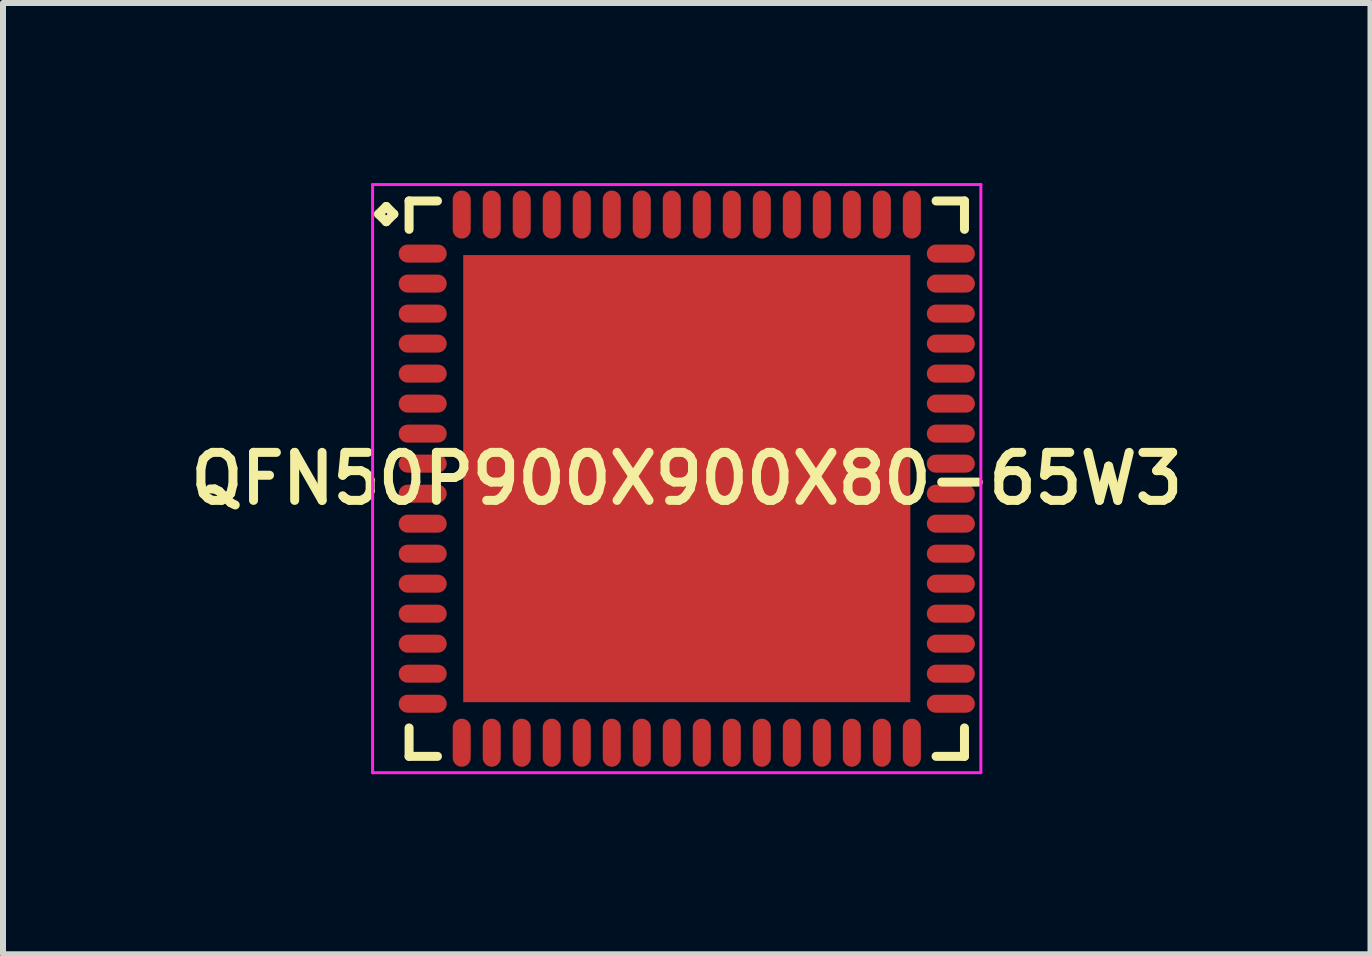
<source format=kicad_pcb>
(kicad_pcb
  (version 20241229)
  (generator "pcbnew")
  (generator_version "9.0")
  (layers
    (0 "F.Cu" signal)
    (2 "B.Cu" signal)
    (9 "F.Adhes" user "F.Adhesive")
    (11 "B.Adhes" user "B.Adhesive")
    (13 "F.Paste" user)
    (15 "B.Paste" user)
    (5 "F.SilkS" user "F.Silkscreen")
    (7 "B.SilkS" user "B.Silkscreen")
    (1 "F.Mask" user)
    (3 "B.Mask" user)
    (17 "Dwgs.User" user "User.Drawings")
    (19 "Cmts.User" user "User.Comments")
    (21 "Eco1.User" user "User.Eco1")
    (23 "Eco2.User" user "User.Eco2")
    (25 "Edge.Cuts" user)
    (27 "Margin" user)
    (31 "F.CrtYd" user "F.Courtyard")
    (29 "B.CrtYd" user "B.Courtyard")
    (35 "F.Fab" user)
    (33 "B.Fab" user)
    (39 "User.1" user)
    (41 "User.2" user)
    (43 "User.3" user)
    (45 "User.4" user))
  (footprint "QFN50P900X900X80-65W3"
    (layer "F.Cu")
    (at 8.393 4.925)
    (property "Reference" "QFN50P900X900X80-65W3" (at 0 0 0) (layer "F.SilkS") (effects (font (size 0.8 0.8) (thickness 0.15))))
    (attr smd)
    (fp_line (start -5.135 -4.408) (end -5.008 -4.535) (stroke (width 0.15) (type solid)) (layer "F.SilkS"))
    (fp_line (start -5.008 -4.535) (end -4.881 -4.408) (stroke (width 0.15) (type solid)) (layer "F.SilkS"))
    (fp_line (start -5.008 -4.281) (end -5.135 -4.408) (stroke (width 0.15) (type solid)) (layer "F.SilkS"))
    (fp_line (start -4.881 -4.408) (end -5.008 -4.281) (stroke (width 0.15) (type solid)) (layer "F.SilkS"))
    (fp_line (start -4.627 -4.627) (end -4.154 -4.627) (stroke (width 0.15) (type solid)) (layer "F.SilkS"))
    (fp_line (start -4.627 -4.154) (end -4.627 -4.627) (stroke (width 0.15) (type solid)) (layer "F.SilkS"))
    (fp_line (start -4.627 4.154) (end -4.627 4.627) (stroke (width 0.15) (type solid)) (layer "F.SilkS"))
    (fp_line (start -4.627 4.627) (end -4.154 4.627) (stroke (width 0.15) (type solid)) (layer "F.SilkS"))
    (fp_line (start 4.154 -4.627) (end 4.627 -4.627) (stroke (width 0.15) (type solid)) (layer "F.SilkS"))
    (fp_line (start 4.154 4.627) (end 4.627 4.627) (stroke (width 0.15) (type solid)) (layer "F.SilkS"))
    (fp_line (start 4.627 -4.627) (end 4.627 -4.154) (stroke (width 0.15) (type solid)) (layer "F.SilkS"))
    (fp_line (start 4.627 4.627) (end 4.627 4.154) (stroke (width 0.15) (type solid)) (layer "F.SilkS"))
    (fp_line (start -5.235 -4.9) (end 4.9 -4.9) (stroke (width 0.05) (type solid)) (layer "F.CrtYd"))
    (fp_line (start -5.235 4.9) (end -5.235 -4.9) (stroke (width 0.05) (type solid)) (layer "F.CrtYd"))
    (fp_line (start 4.9 -4.9) (end 4.9 4.9) (stroke (width 0.05) (type solid)) (layer "F.CrtYd"))
    (fp_line (start 4.9 4.9) (end -5.235 4.9) (stroke (width 0.05) (type solid)) (layer "F.CrtYd"))
    (pad "1" smd oval (at -4.4 -3.75) (size 0.8 0.3) (layers "F.Cu" "F.Mask" "F.Paste"))
    (pad "2" smd oval (at -4.4 -3.25) (size 0.8 0.3) (layers "F.Cu" "F.Mask" "F.Paste"))
    (pad "3" smd oval (at -4.4 -2.75) (size 0.8 0.3) (layers "F.Cu" "F.Mask" "F.Paste"))
    (pad "4" smd oval (at -4.4 -2.25) (size 0.8 0.3) (layers "F.Cu" "F.Mask" "F.Paste"))
    (pad "5" smd oval (at -4.4 -1.75) (size 0.8 0.3) (layers "F.Cu" "F.Mask" "F.Paste"))
    (pad "6" smd oval (at -4.4 -1.25) (size 0.8 0.3) (layers "F.Cu" "F.Mask" "F.Paste"))
    (pad "7" smd oval (at -4.4 -0.75) (size 0.8 0.3) (layers "F.Cu" "F.Mask" "F.Paste"))
    (pad "8" smd oval (at -4.4 -0.25) (size 0.8 0.3) (layers "F.Cu" "F.Mask" "F.Paste"))
    (pad "9" smd oval (at -4.4 0.25) (size 0.8 0.3) (layers "F.Cu" "F.Mask" "F.Paste"))
    (pad "10" smd oval (at -4.4 0.75) (size 0.8 0.3) (layers "F.Cu" "F.Mask" "F.Paste"))
    (pad "11" smd oval (at -4.4 1.25) (size 0.8 0.3) (layers "F.Cu" "F.Mask" "F.Paste"))
    (pad "12" smd oval (at -4.4 1.75) (size 0.8 0.3) (layers "F.Cu" "F.Mask" "F.Paste"))
    (pad "13" smd oval (at -4.4 2.25) (size 0.8 0.3) (layers "F.Cu" "F.Mask" "F.Paste"))
    (pad "14" smd oval (at -4.4 2.75) (size 0.8 0.3) (layers "F.Cu" "F.Mask" "F.Paste"))
    (pad "15" smd oval (at -4.4 3.25) (size 0.8 0.3) (layers "F.Cu" "F.Mask" "F.Paste"))
    (pad "16" smd oval (at -4.4 3.75) (size 0.8 0.3) (layers "F.Cu" "F.Mask" "F.Paste"))
    (pad "17" smd oval (at -3.75 4.4) (size 0.3 0.8) (layers "F.Cu" "F.Mask" "F.Paste"))
    (pad "18" smd oval (at -3.25 4.4) (size 0.3 0.8) (layers "F.Cu" "F.Mask" "F.Paste"))
    (pad "19" smd oval (at -2.75 4.4) (size 0.3 0.8) (layers "F.Cu" "F.Mask" "F.Paste"))
    (pad "20" smd oval (at -2.25 4.4) (size 0.3 0.8) (layers "F.Cu" "F.Mask" "F.Paste"))
    (pad "21" smd oval (at -1.75 4.4) (size 0.3 0.8) (layers "F.Cu" "F.Mask" "F.Paste"))
    (pad "22" smd oval (at -1.25 4.4) (size 0.3 0.8) (layers "F.Cu" "F.Mask" "F.Paste"))
    (pad "23" smd oval (at -0.75 4.4) (size 0.3 0.8) (layers "F.Cu" "F.Mask" "F.Paste"))
    (pad "24" smd oval (at -0.25 4.4) (size 0.3 0.8) (layers "F.Cu" "F.Mask" "F.Paste"))
    (pad "25" smd oval (at 0.25 4.4) (size 0.3 0.8) (layers "F.Cu" "F.Mask" "F.Paste"))
    (pad "26" smd oval (at 0.75 4.4) (size 0.3 0.8) (layers "F.Cu" "F.Mask" "F.Paste"))
    (pad "27" smd oval (at 1.25 4.4) (size 0.3 0.8) (layers "F.Cu" "F.Mask" "F.Paste"))
    (pad "28" smd oval (at 1.75 4.4) (size 0.3 0.8) (layers "F.Cu" "F.Mask" "F.Paste"))
    (pad "29" smd oval (at 2.25 4.4) (size 0.3 0.8) (layers "F.Cu" "F.Mask" "F.Paste"))
    (pad "30" smd oval (at 2.75 4.4) (size 0.3 0.8) (layers "F.Cu" "F.Mask" "F.Paste"))
    (pad "31" smd oval (at 3.25 4.4) (size 0.3 0.8) (layers "F.Cu" "F.Mask" "F.Paste"))
    (pad "32" smd oval (at 3.75 4.4) (size 0.3 0.8) (layers "F.Cu" "F.Mask" "F.Paste"))
    (pad "33" smd oval (at 4.4 3.75) (size 0.8 0.3) (layers "F.Cu" "F.Mask" "F.Paste"))
    (pad "34" smd oval (at 4.4 3.25) (size 0.8 0.3) (layers "F.Cu" "F.Mask" "F.Paste"))
    (pad "35" smd oval (at 4.4 2.75) (size 0.8 0.3) (layers "F.Cu" "F.Mask" "F.Paste"))
    (pad "36" smd oval (at 4.4 2.25) (size 0.8 0.3) (layers "F.Cu" "F.Mask" "F.Paste"))
    (pad "37" smd oval (at 4.4 1.75) (size 0.8 0.3) (layers "F.Cu" "F.Mask" "F.Paste"))
    (pad "38" smd oval (at 4.4 1.25) (size 0.8 0.3) (layers "F.Cu" "F.Mask" "F.Paste"))
    (pad "39" smd oval (at 4.4 0.75) (size 0.8 0.3) (layers "F.Cu" "F.Mask" "F.Paste"))
    (pad "40" smd oval (at 4.4 0.25) (size 0.8 0.3) (layers "F.Cu" "F.Mask" "F.Paste"))
    (pad "41" smd oval (at 4.4 -0.25) (size 0.8 0.3) (layers "F.Cu" "F.Mask" "F.Paste"))
    (pad "42" smd oval (at 4.4 -0.75) (size 0.8 0.3) (layers "F.Cu" "F.Mask" "F.Paste"))
    (pad "43" smd oval (at 4.4 -1.25) (size 0.8 0.3) (layers "F.Cu" "F.Mask" "F.Paste"))
    (pad "44" smd oval (at 4.4 -1.75) (size 0.8 0.3) (layers "F.Cu" "F.Mask" "F.Paste"))
    (pad "45" smd oval (at 4.4 -2.25) (size 0.8 0.3) (layers "F.Cu" "F.Mask" "F.Paste"))
    (pad "46" smd oval (at 4.4 -2.75) (size 0.8 0.3) (layers "F.Cu" "F.Mask" "F.Paste"))
    (pad "47" smd oval (at 4.4 -3.25) (size 0.8 0.3) (layers "F.Cu" "F.Mask" "F.Paste"))
    (pad "48" smd oval (at 4.4 -3.75) (size 0.8 0.3) (layers "F.Cu" "F.Mask" "F.Paste"))
    (pad "49" smd oval (at 3.75 -4.4) (size 0.3 0.8) (layers "F.Cu" "F.Mask" "F.Paste"))
    (pad "50" smd oval (at 3.25 -4.4) (size 0.3 0.8) (layers "F.Cu" "F.Mask" "F.Paste"))
    (pad "51" smd oval (at 2.75 -4.4) (size 0.3 0.8) (layers "F.Cu" "F.Mask" "F.Paste"))
    (pad "52" smd oval (at 2.25 -4.4) (size 0.3 0.8) (layers "F.Cu" "F.Mask" "F.Paste"))
    (pad "53" smd oval (at 1.75 -4.4) (size 0.3 0.8) (layers "F.Cu" "F.Mask" "F.Paste"))
    (pad "54" smd oval (at 1.25 -4.4) (size 0.3 0.8) (layers "F.Cu" "F.Mask" "F.Paste"))
    (pad "55" smd oval (at 0.75 -4.4) (size 0.3 0.8) (layers "F.Cu" "F.Mask" "F.Paste"))
    (pad "56" smd oval (at 0.25 -4.4) (size 0.3 0.8) (layers "F.Cu" "F.Mask" "F.Paste"))
    (pad "57" smd oval (at -0.25 -4.4) (size 0.3 0.8) (layers "F.Cu" "F.Mask" "F.Paste"))
    (pad "58" smd oval (at -0.75 -4.4) (size 0.3 0.8) (layers "F.Cu" "F.Mask" "F.Paste"))
    (pad "59" smd oval (at -1.25 -4.4) (size 0.3 0.8) (layers "F.Cu" "F.Mask" "F.Paste"))
    (pad "60" smd oval (at -1.75 -4.4) (size 0.3 0.8) (layers "F.Cu" "F.Mask" "F.Paste"))
    (pad "61" smd oval (at -2.25 -4.4) (size 0.3 0.8) (layers "F.Cu" "F.Mask" "F.Paste"))
    (pad "62" smd oval (at -2.75 -4.4) (size 0.3 0.8) (layers "F.Cu" "F.Mask" "F.Paste"))
    (pad "63" smd oval (at -3.25 -4.4) (size 0.3 0.8) (layers "F.Cu" "F.Mask" "F.Paste"))
    (pad "64" smd oval (at -3.75 -4.4) (size 0.3 0.8) (layers "F.Cu" "F.Mask" "F.Paste"))
    (pad "65" smd rect (at 0 0) (size 7.45 7.45) (layers "F.Cu" "F.Mask" "F.Paste")))
  (gr_rect
    (start -3 -3)
    (end 19.785 12.85)
    (stroke (width 0.1) (type default))
    (fill no)
    (layer "Edge.Cuts")))
</source>
